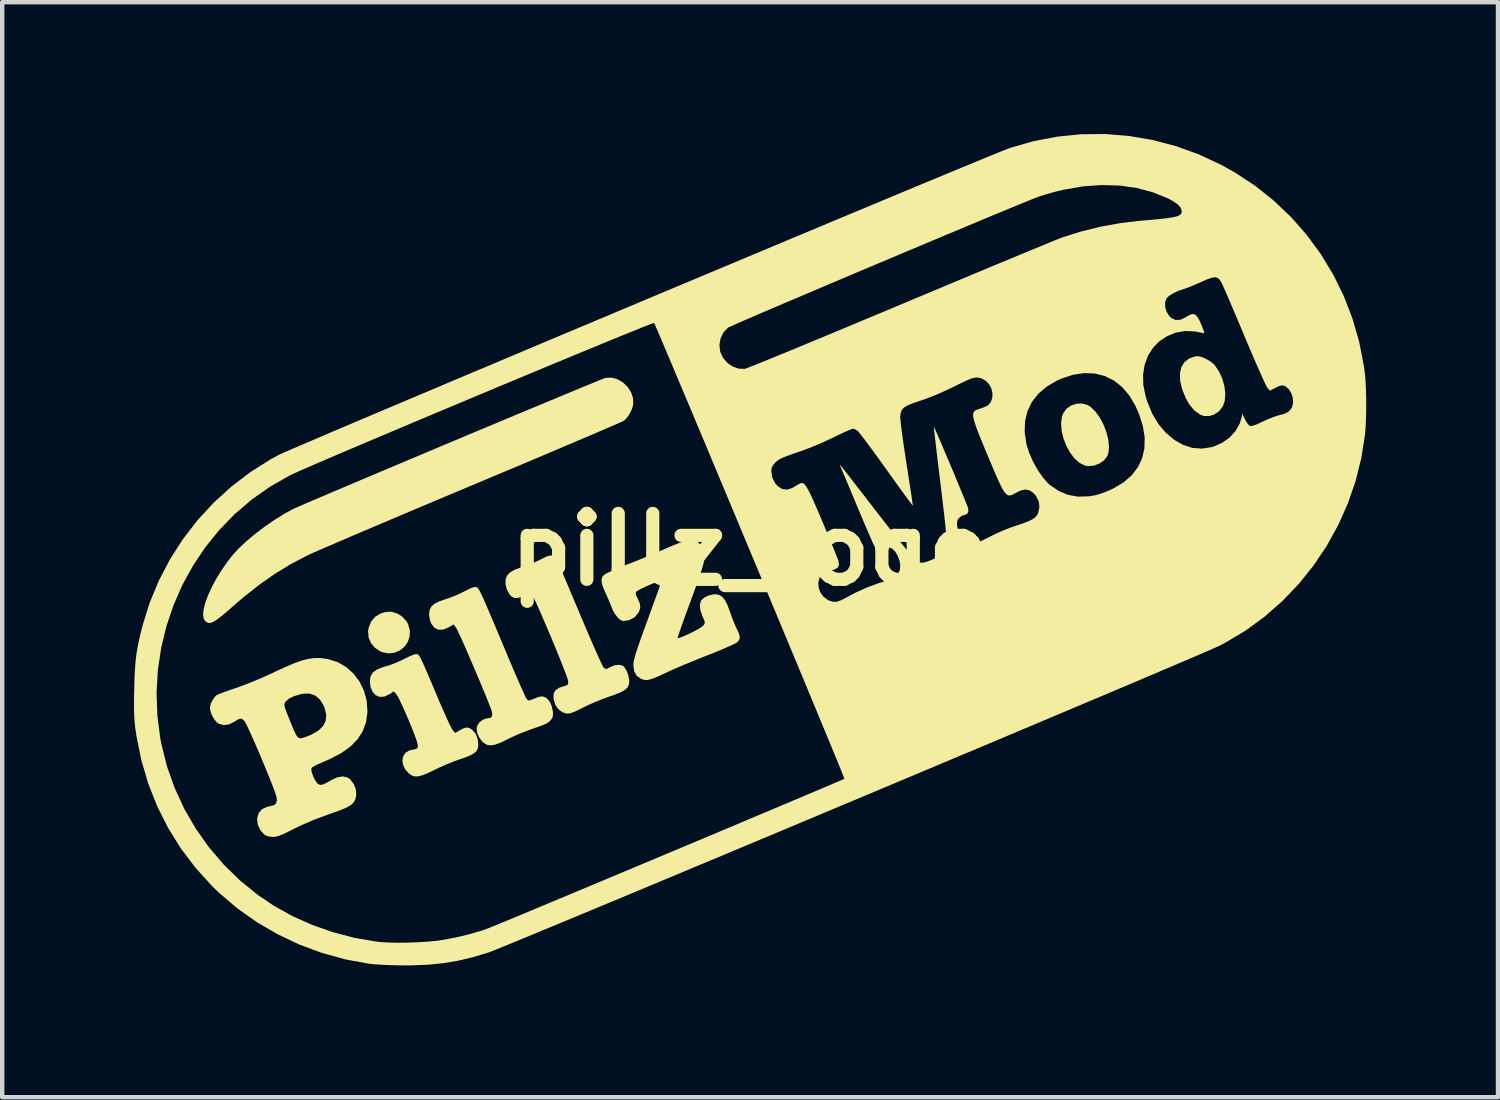
<source format=kicad_pcb>
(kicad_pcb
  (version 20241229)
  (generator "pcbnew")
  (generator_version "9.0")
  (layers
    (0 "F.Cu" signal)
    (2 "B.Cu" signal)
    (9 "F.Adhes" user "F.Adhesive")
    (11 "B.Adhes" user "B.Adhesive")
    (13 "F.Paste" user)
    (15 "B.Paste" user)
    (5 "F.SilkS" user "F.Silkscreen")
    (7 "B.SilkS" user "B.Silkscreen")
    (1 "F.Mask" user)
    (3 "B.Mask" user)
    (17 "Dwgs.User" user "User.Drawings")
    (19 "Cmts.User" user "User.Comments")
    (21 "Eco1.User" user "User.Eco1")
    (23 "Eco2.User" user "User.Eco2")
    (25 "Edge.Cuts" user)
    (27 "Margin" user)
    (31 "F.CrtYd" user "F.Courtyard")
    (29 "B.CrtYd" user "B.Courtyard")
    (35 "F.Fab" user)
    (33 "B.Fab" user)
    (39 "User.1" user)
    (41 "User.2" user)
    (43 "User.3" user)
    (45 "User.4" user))
  (footprint "pillz_logo"
    (layer "F.Cu")
    (at 14.02 9.456)
    (property "Reference" "pillz_logo" (at 0 0 0) (layer "F.SilkS") (effects (font (size 1.5 1.5) (thickness 0.3))))
    (attr board_only exclude_from_pos_files exclude_from_bom)
    (fp_poly (pts (xy -8.033 1.454) (xy -7.914 1.528) (xy -7.819 1.633) (xy -7.782 1.7) (xy -7.742 1.844) (xy -7.748 1.981) (xy -7.791 2.106) (xy -7.867 2.214) (xy -7.969 2.296) (xy -8.091 2.348) (xy -8.226 2.364) (xy -8.369 2.337) (xy -8.413 2.319) (xy -8.538 2.237) (xy -8.63 2.126) (xy -8.683 1.995) (xy -8.693 1.854) (xy -8.681 1.784) (xy -8.623 1.639) (xy -8.533 1.531) (xy -8.406 1.456) (xy -8.297 1.422) (xy -8.165 1.416)) (stroke (width 0) (type solid)) (fill yes) (layer "F.SilkS"))
    (fp_poly (pts (xy 7.681 -3.289) (xy 7.747 -3.249) (xy 7.86 -3.14) (xy 7.96 -3.001) (xy 8.045 -2.841) (xy 8.11 -2.671) (xy 8.153 -2.5) (xy 8.169 -2.34) (xy 8.156 -2.2) (xy 8.131 -2.128) (xy 8.06 -2.033) (xy 7.955 -1.958) (xy 7.831 -1.911) (xy 7.703 -1.897) (xy 7.62 -1.91) (xy 7.497 -1.972) (xy 7.382 -2.075) (xy 7.28 -2.209) (xy 7.195 -2.366) (xy 7.13 -2.536) (xy 7.09 -2.709) (xy 7.079 -2.876) (xy 7.1 -3.028) (xy 7.124 -3.095) (xy 7.198 -3.201) (xy 7.303 -3.276) (xy 7.426 -3.318) (xy 7.556 -3.323)) (stroke (width 0) (type solid)) (fill yes) (layer "F.SilkS"))
    (fp_poly (pts (xy 10.265 -4.386) (xy 10.367 -4.344) (xy 10.47 -4.285) (xy 10.553 -4.218) (xy 10.574 -4.197) (xy 10.673 -4.052) (xy 10.748 -3.887) (xy 10.796 -3.714) (xy 10.816 -3.544) (xy 10.804 -3.387) (xy 10.76 -3.259) (xy 10.678 -3.151) (xy 10.571 -3.076) (xy 10.451 -3.037) (xy 10.328 -3.039) (xy 10.244 -3.069) (xy 10.107 -3.168) (xy 9.988 -3.314) (xy 9.914 -3.449) (xy 9.832 -3.652) (xy 9.789 -3.838) (xy 9.783 -4.004) (xy 9.814 -4.146) (xy 9.882 -4.26) (xy 9.986 -4.342) (xy 10.009 -4.353) (xy 10.089 -4.383) (xy 10.161 -4.401) (xy 10.18 -4.402)) (stroke (width 0) (type solid)) (fill yes) (layer "F.SilkS"))
    (fp_poly (pts (xy -7.582 2.38) (xy -7.565 2.387) (xy -7.548 2.398) (xy -7.53 2.418) (xy -7.509 2.452) (xy -7.482 2.504) (xy -7.447 2.578) (xy -7.402 2.679) (xy -7.344 2.812) (xy -7.273 2.98) (xy -7.185 3.188) (xy -7.137 3.303) (xy -7.057 3.49) (xy -6.982 3.663) (xy -6.913 3.817) (xy -6.853 3.946) (xy -6.806 4.043) (xy -6.774 4.102) (xy -6.765 4.116) (xy -6.71 4.174) (xy -6.602 4.11) (xy -6.507 4.063) (xy -6.434 4.05) (xy -6.368 4.072) (xy -6.325 4.102) (xy -6.243 4.197) (xy -6.196 4.325) (xy -6.185 4.437) (xy -6.193 4.516) (xy -6.221 4.58) (xy -6.276 4.634) (xy -6.363 4.684) (xy -6.491 4.736) (xy -6.599 4.772) (xy -6.74 4.822) (xy -6.903 4.888) (xy -7.066 4.96) (xy -7.181 5.015) (xy -7.339 5.091) (xy -7.462 5.14) (xy -7.559 5.164) (xy -7.636 5.164) (xy -7.704 5.14) (xy -7.764 5.098) (xy -7.848 5.004) (xy -7.897 4.901) (xy -7.912 4.796) (xy -7.893 4.701) (xy -7.841 4.624) (xy -7.757 4.575) (xy -7.73 4.568) (xy -7.638 4.549) (xy -7.586 4.531) (xy -7.564 4.506) (xy -7.561 4.466) (xy -7.566 4.432) (xy -7.581 4.373) (xy -7.613 4.279) (xy -7.658 4.159) (xy -7.714 4.02) (xy -7.775 3.872) (xy -7.839 3.724) (xy -7.901 3.584) (xy -7.958 3.462) (xy -8.006 3.365) (xy -8.042 3.303) (xy -8.053 3.288) (xy -8.111 3.229) (xy -8.208 3.294) (xy -8.321 3.347) (xy -8.426 3.354) (xy -8.517 3.317) (xy -8.59 3.241) (xy -8.637 3.13) (xy -8.653 2.99) (xy -8.635 2.88) (xy -8.578 2.792) (xy -8.478 2.723) (xy -8.333 2.669) (xy -8.292 2.659) (xy -8.185 2.626) (xy -8.056 2.576) (xy -7.925 2.517) (xy -7.868 2.489) (xy -7.739 2.426) (xy -7.644 2.389) (xy -7.587 2.379)) (stroke (width 0) (type solid)) (fill yes) (layer "F.SilkS"))
    (fp_poly (pts (xy -6.233 0.853) (xy -6.218 0.859) (xy -6.203 0.87) (xy -6.187 0.889) (xy -6.166 0.919) (xy -6.141 0.965) (xy -6.11 1.029) (xy -6.07 1.116) (xy -6.02 1.229) (xy -5.959 1.371) (xy -5.884 1.547) (xy -5.795 1.758) (xy -5.689 2.01) (xy -5.573 2.287) (xy -5.481 2.507) (xy -5.393 2.713) (xy -5.312 2.902) (xy -5.24 3.067) (xy -5.179 3.204) (xy -5.132 3.308) (xy -5.1 3.373) (xy -5.088 3.394) (xy -5.068 3.419) (xy -5.05 3.433) (xy -5.023 3.434) (xy -4.978 3.421) (xy -4.905 3.392) (xy -4.809 3.354) (xy -4.721 3.342) (xy -4.639 3.375) (xy -4.569 3.448) (xy -4.517 3.555) (xy -4.488 3.683) (xy -4.483 3.764) (xy -4.495 3.821) (xy -4.531 3.875) (xy -4.541 3.887) (xy -4.579 3.924) (xy -4.632 3.958) (xy -4.708 3.994) (xy -4.817 4.034) (xy -4.932 4.073) (xy -5.085 4.128) (xy -5.251 4.194) (xy -5.408 4.264) (xy -5.516 4.317) (xy -5.674 4.394) (xy -5.799 4.441) (xy -5.9 4.458) (xy -5.983 4.446) (xy -6.056 4.405) (xy -6.096 4.37) (xy -6.165 4.277) (xy -6.21 4.172) (xy -6.223 4.071) (xy -6.212 4.014) (xy -6.162 3.938) (xy -6.085 3.876) (xy -6.001 3.845) (xy -5.981 3.843) (xy -5.906 3.83) (xy -5.87 3.787) (xy -5.871 3.712) (xy -5.887 3.654) (xy -5.916 3.575) (xy -5.961 3.461) (xy -6.018 3.32) (xy -6.085 3.158) (xy -6.159 2.981) (xy -6.237 2.795) (xy -6.318 2.607) (xy -6.396 2.425) (xy -6.471 2.253) (xy -6.539 2.098) (xy -6.598 1.968) (xy -6.645 1.868) (xy -6.676 1.805) (xy -6.686 1.788) (xy -6.747 1.705) (xy -6.856 1.769) (xy -6.98 1.822) (xy -7.088 1.827) (xy -7.178 1.785) (xy -7.25 1.696) (xy -7.263 1.67) (xy -7.29 1.587) (xy -7.304 1.49) (xy -7.304 1.469) (xy -7.292 1.373) (xy -7.252 1.296) (xy -7.178 1.232) (xy -7.063 1.176) (xy -6.934 1.132) (xy -6.798 1.085) (xy -6.648 1.023) (xy -6.514 0.959) (xy -6.497 0.95) (xy -6.378 0.89) (xy -6.295 0.858) (xy -6.241 0.851)) (stroke (width 0) (type solid)) (fill yes) (layer "F.SilkS"))
    (fp_poly (pts (xy -4.477 0.142) (xy -4.427 0.182) (xy -4.395 0.235) (xy -4.378 0.275) (xy -4.343 0.356) (xy -4.292 0.475) (xy -4.228 0.626) (xy -4.152 0.804) (xy -4.068 1.005) (xy -3.976 1.223) (xy -3.879 1.454) (xy -3.869 1.476) (xy -3.772 1.707) (xy -3.679 1.924) (xy -3.593 2.123) (xy -3.516 2.299) (xy -3.449 2.448) (xy -3.395 2.565) (xy -3.357 2.644) (xy -3.335 2.682) (xy -3.334 2.684) (xy -3.301 2.713) (xy -3.272 2.719) (xy -3.228 2.701) (xy -3.185 2.677) (xy -3.08 2.635) (xy -2.98 2.623) (xy -2.899 2.643) (xy -2.868 2.667) (xy -2.81 2.758) (xy -2.767 2.874) (xy -2.749 2.991) (xy -2.749 3) (xy -2.758 3.076) (xy -2.789 3.14) (xy -2.849 3.196) (xy -2.943 3.249) (xy -3.077 3.303) (xy -3.196 3.344) (xy -3.349 3.399) (xy -3.521 3.469) (xy -3.689 3.543) (xy -3.791 3.592) (xy -3.924 3.659) (xy -4.023 3.703) (xy -4.097 3.728) (xy -4.155 3.735) (xy -4.207 3.727) (xy -4.264 3.705) (xy -4.266 3.705) (xy -4.361 3.637) (xy -4.432 3.535) (xy -4.471 3.409) (xy -4.473 3.388) (xy -4.469 3.28) (xy -4.429 3.202) (xy -4.347 3.147) (xy -4.262 3.118) (xy -4.188 3.097) (xy -4.151 3.075) (xy -4.139 3.04) (xy -4.139 3) (xy -4.149 2.957) (xy -4.177 2.874) (xy -4.221 2.757) (xy -4.277 2.613) (xy -4.343 2.448) (xy -4.416 2.268) (xy -4.494 2.079) (xy -4.574 1.889) (xy -4.653 1.703) (xy -4.729 1.528) (xy -4.798 1.369) (xy -4.859 1.234) (xy -4.909 1.129) (xy -4.945 1.059) (xy -4.961 1.034) (xy -4.99 1.009) (xy -5.018 1.002) (xy -5.061 1.014) (xy -5.132 1.047) (xy -5.148 1.054) (xy -5.264 1.099) (xy -5.354 1.105) (xy -5.428 1.07) (xy -5.472 1.024) (xy -5.533 0.916) (xy -5.565 0.791) (xy -5.563 0.678) (xy -5.532 0.595) (xy -5.466 0.525) (xy -5.362 0.463) (xy -5.214 0.406) (xy -5.173 0.393) (xy -5.041 0.348) (xy -4.898 0.289) (xy -4.773 0.23) (xy -4.759 0.222) (xy -4.636 0.162) (xy -4.544 0.135)) (stroke (width 0) (type solid)) (fill yes) (layer "F.SilkS"))
    (fp_poly (pts (xy -3.014 -3.874) (xy -2.89 -3.801) (xy -2.785 -3.699) (xy -2.707 -3.577) (xy -2.662 -3.441) (xy -2.66 -3.299) (xy -2.662 -3.288) (xy -2.696 -3.177) (xy -2.754 -3.064) (xy -2.826 -2.971) (xy -2.87 -2.932) (xy -2.901 -2.916) (xy -2.977 -2.882) (xy -3.094 -2.831) (xy -3.25 -2.763) (xy -3.442 -2.681) (xy -3.668 -2.584) (xy -3.925 -2.475) (xy -4.21 -2.354) (xy -4.52 -2.222) (xy -4.854 -2.081) (xy -5.207 -1.932) (xy -5.578 -1.776) (xy -5.964 -1.614) (xy -6.35 -1.452) (xy -6.753 -1.283) (xy -7.147 -1.117) (xy -7.529 -0.956) (xy -7.896 -0.801) (xy -8.245 -0.653) (xy -8.573 -0.514) (xy -8.878 -0.384) (xy -9.156 -0.266) (xy -9.404 -0.159) (xy -9.62 -0.066) (xy -9.8 0.012) (xy -9.941 0.074) (xy -10.041 0.118) (xy -10.091 0.142) (xy -10.464 0.339) (xy -10.82 0.557) (xy -11.17 0.802) (xy -11.523 1.081) (xy -11.745 1.272) (xy -11.902 1.409) (xy -12.027 1.514) (xy -12.125 1.59) (xy -12.202 1.64) (xy -12.262 1.666) (xy -12.311 1.673) (xy -12.353 1.662) (xy -12.388 1.641) (xy -12.433 1.579) (xy -12.448 1.483) (xy -12.435 1.357) (xy -12.396 1.206) (xy -12.333 1.036) (xy -12.248 0.852) (xy -12.143 0.657) (xy -12.02 0.459) (xy -11.881 0.261) (xy -11.792 0.146) (xy -11.652 -0.01) (xy -11.474 -0.178) (xy -11.269 -0.351) (xy -11.046 -0.52) (xy -10.814 -0.68) (xy -10.585 -0.821) (xy -10.407 -0.918) (xy -10.357 -0.941) (xy -10.265 -0.981) (xy -10.133 -1.039) (xy -9.965 -1.111) (xy -9.764 -1.197) (xy -9.534 -1.295) (xy -9.276 -1.404) (xy -8.995 -1.523) (xy -8.694 -1.651) (xy -8.375 -1.785) (xy -8.043 -1.925) (xy -7.699 -2.07) (xy -7.348 -2.218) (xy -6.993 -2.367) (xy -6.636 -2.517) (xy -6.282 -2.666) (xy -5.932 -2.812) (xy -5.591 -2.955) (xy -5.261 -3.093) (xy -4.945 -3.224) (xy -4.648 -3.348) (xy -4.371 -3.463) (xy -4.119 -3.568) (xy -3.894 -3.661) (xy -3.7 -3.741) (xy -3.539 -3.807) (xy -3.415 -3.857) (xy -3.331 -3.89) (xy -3.291 -3.905) (xy -3.288 -3.906) (xy -3.149 -3.912)) (stroke (width 0) (type solid)) (fill yes) (layer "F.SilkS"))
    (fp_poly (pts (xy -1.269 -0.21) (xy -1.167 -0.152) (xy -1.088 -0.051) (xy -1.08 -0.035) (xy -1.056 0.018) (xy -1.041 0.071) (xy -1.034 0.129) (xy -1.037 0.198) (xy -1.051 0.282) (xy -1.078 0.387) (xy -1.119 0.518) (xy -1.174 0.681) (xy -1.245 0.879) (xy -1.333 1.119) (xy -1.346 1.156) (xy -1.418 1.351) (xy -1.484 1.531) (xy -1.541 1.691) (xy -1.588 1.825) (xy -1.623 1.926) (xy -1.644 1.991) (xy -1.649 2.012) (xy -1.623 2.014) (xy -1.564 1.995) (xy -1.481 1.961) (xy -1.385 1.917) (xy -1.285 1.867) (xy -1.193 1.818) (xy -1.118 1.773) (xy -1.071 1.737) (xy -1.064 1.729) (xy -1.038 1.691) (xy -1.03 1.658) (xy -1.041 1.615) (xy -1.072 1.544) (xy -1.08 1.526) (xy -1.13 1.386) (xy -1.143 1.265) (xy -1.118 1.17) (xy -1.108 1.154) (xy -1.038 1.091) (xy -0.936 1.043) (xy -0.822 1.019) (xy -0.793 1.018) (xy -0.708 1.031) (xy -0.636 1.073) (xy -0.572 1.149) (xy -0.513 1.266) (xy -0.457 1.419) (xy -0.413 1.543) (xy -0.364 1.665) (xy -0.32 1.768) (xy -0.302 1.804) (xy -0.251 1.913) (xy -0.233 1.993) (xy -0.246 2.055) (xy -0.289 2.109) (xy -0.329 2.134) (xy -0.409 2.173) (xy -0.523 2.224) (xy -0.662 2.284) (xy -0.821 2.349) (xy -0.959 2.403) (xy -1.15 2.479) (xy -1.349 2.56) (xy -1.543 2.641) (xy -1.72 2.717) (xy -1.867 2.783) (xy -1.925 2.81) (xy -2.076 2.88) (xy -2.191 2.929) (xy -2.278 2.958) (xy -2.346 2.971) (xy -2.403 2.968) (xy -2.458 2.952) (xy -2.483 2.942) (xy -2.577 2.876) (xy -2.635 2.777) (xy -2.656 2.643) (xy -2.656 2.621) (xy -2.652 2.575) (xy -2.641 2.515) (xy -2.622 2.438) (xy -2.592 2.339) (xy -2.55 2.212) (xy -2.495 2.053) (xy -2.424 1.856) (xy -2.337 1.618) (xy -2.332 1.603) (xy -2.259 1.403) (xy -2.192 1.218) (xy -2.132 1.053) (xy -2.082 0.914) (xy -2.044 0.807) (xy -2.02 0.736) (xy -2.011 0.707) (xy -2.011 0.707) (xy -2.032 0.707) (xy -2.088 0.725) (xy -2.169 0.756) (xy -2.265 0.795) (xy -2.364 0.839) (xy -2.456 0.882) (xy -2.531 0.921) (xy -2.579 0.95) (xy -2.588 0.958) (xy -2.602 0.992) (xy -2.594 1.039) (xy -2.559 1.112) (xy -2.557 1.117) (xy -2.509 1.228) (xy -2.498 1.32) (xy -2.524 1.408) (xy -2.544 1.443) (xy -2.631 1.545) (xy -2.746 1.605) (xy -2.823 1.622) (xy -2.891 1.626) (xy -2.941 1.61) (xy -2.996 1.564) (xy -3.011 1.549) (xy -3.072 1.472) (xy -3.126 1.375) (xy -3.142 1.336) (xy -3.174 1.253) (xy -3.22 1.144) (xy -3.271 1.028) (xy -3.286 0.997) (xy -3.345 0.859) (xy -3.376 0.755) (xy -3.38 0.677) (xy -3.357 0.616) (xy -3.324 0.578) (xy -3.281 0.551) (xy -3.199 0.511) (xy -3.087 0.46) (xy -2.954 0.404) (xy -2.808 0.346) (xy -2.623 0.273) (xy -2.414 0.188) (xy -2.202 0.1) (xy -2.007 0.017) (xy -1.922 -0.02) (xy -1.778 -0.082) (xy -1.642 -0.137) (xy -1.525 -0.181) (xy -1.436 -0.21) (xy -1.388 -0.222)) (stroke (width 0) (type solid)) (fill yes) (layer "F.SilkS"))
    (fp_poly (pts (xy -9.662 2.484) (xy -9.59 2.497) (xy -9.376 2.568) (xy -9.185 2.68) (xy -9.021 2.828) (xy -8.887 3.007) (xy -8.787 3.212) (xy -8.726 3.436) (xy -8.708 3.674) (xy -8.709 3.713) (xy -8.741 3.936) (xy -8.816 4.139) (xy -8.935 4.322) (xy -9.099 4.488) (xy -9.31 4.637) (xy -9.568 4.771) (xy -9.691 4.824) (xy -9.8 4.871) (xy -9.892 4.915) (xy -9.957 4.951) (xy -9.981 4.972) (xy -9.985 5.02) (xy -9.967 5.095) (xy -9.934 5.181) (xy -9.893 5.261) (xy -9.848 5.32) (xy -9.842 5.326) (xy -9.803 5.352) (xy -9.758 5.357) (xy -9.698 5.339) (xy -9.612 5.295) (xy -9.541 5.253) (xy -9.398 5.186) (xy -9.272 5.164) (xy -9.163 5.188) (xy -9.101 5.23) (xy -9.018 5.338) (xy -8.97 5.465) (xy -8.962 5.597) (xy -8.983 5.684) (xy -9.011 5.74) (xy -9.054 5.79) (xy -9.118 5.837) (xy -9.209 5.884) (xy -9.335 5.936) (xy -9.5 5.996) (xy -9.581 6.023) (xy -9.92 6.148) (xy -10.241 6.288) (xy -10.377 6.355) (xy -10.522 6.428) (xy -10.631 6.48) (xy -10.714 6.513) (xy -10.779 6.532) (xy -10.835 6.54) (xy -10.864 6.541) (xy -10.974 6.528) (xy -11.055 6.488) (xy -11.056 6.488) (xy -11.146 6.387) (xy -11.202 6.263) (xy -11.218 6.13) (xy -11.216 6.111) (xy -11.181 5.994) (xy -11.105 5.908) (xy -10.992 5.855) (xy -10.937 5.843) (xy -10.84 5.82) (xy -10.787 5.779) (xy -10.769 5.713) (xy -10.774 5.643) (xy -10.788 5.591) (xy -10.82 5.5) (xy -10.866 5.377) (xy -10.924 5.23) (xy -10.991 5.064) (xy -11.064 4.888) (xy -11.139 4.707) (xy -11.215 4.529) (xy -11.289 4.361) (xy -11.356 4.209) (xy -11.416 4.08) (xy -11.463 3.98) (xy -11.497 3.918) (xy -11.509 3.902) (xy -11.554 3.86) (xy -11.595 3.848) (xy -11.647 3.864) (xy -11.723 3.911) (xy -11.735 3.919) (xy -11.858 3.98) (xy -11.978 3.996) (xy -12.086 3.967) (xy -12.127 3.941) (xy -12.197 3.862) (xy -12.254 3.756) (xy -12.288 3.646) (xy -12.292 3.601) (xy -12.278 3.53) (xy -10.598 3.53) (xy -10.593 3.57) (xy -10.575 3.631) (xy -10.542 3.719) (xy -10.492 3.846) (xy -10.486 3.861) (xy -10.422 4.017) (xy -10.373 4.132) (xy -10.334 4.212) (xy -10.302 4.262) (xy -10.272 4.287) (xy -10.241 4.296) (xy -10.204 4.292) (xy -10.199 4.291) (xy -10.132 4.271) (xy -10.042 4.238) (xy -9.978 4.21) (xy -9.823 4.12) (xy -9.715 4.015) (xy -9.656 3.894) (xy -9.646 3.757) (xy -9.683 3.604) (xy -9.707 3.548) (xy -9.791 3.412) (xy -9.897 3.323) (xy -10.024 3.279) (xy -10.172 3.282) (xy -10.241 3.296) (xy -10.389 3.342) (xy -10.494 3.394) (xy -10.563 3.454) (xy -10.577 3.473) (xy -10.592 3.501) (xy -10.598 3.53) (xy -12.278 3.53) (xy -12.276 3.52) (xy -12.233 3.428) (xy -12.176 3.348) (xy -12.143 3.316) (xy -12.106 3.298) (xy -12.029 3.267) (xy -11.922 3.228) (xy -11.795 3.183) (xy -11.707 3.154) (xy -11.522 3.087) (xy -11.308 3.003) (xy -11.083 2.907) (xy -10.862 2.807) (xy -10.817 2.785) (xy -10.581 2.676) (xy -10.382 2.591) (xy -10.211 2.53) (xy -10.061 2.49) (xy -9.924 2.471) (xy -9.794 2.469)) (stroke (width 0) (type solid)) (fill yes) (layer "F.SilkS"))
    (fp_poly (pts (xy 8.623 -9.412) (xy 9.161 -9.32) (xy 9.691 -9.181) (xy 10.211 -8.993) (xy 10.716 -8.758) (xy 11.033 -8.581) (xy 11.494 -8.279) (xy 11.922 -7.938) (xy 12.316 -7.562) (xy 12.674 -7.154) (xy 12.994 -6.716) (xy 13.275 -6.252) (xy 13.515 -5.763) (xy 13.711 -5.253) (xy 13.863 -4.725) (xy 13.969 -4.181) (xy 13.998 -3.958) (xy 14.01 -3.806) (xy 14.018 -3.619) (xy 14.022 -3.409) (xy 14.022 -3.191) (xy 14.018 -2.979) (xy 14.009 -2.788) (xy 13.997 -2.631) (xy 13.997 -2.627) (xy 13.913 -2.089) (xy 13.782 -1.562) (xy 13.606 -1.051) (xy 13.387 -0.559) (xy 13.127 -0.087) (xy 12.827 0.36) (xy 12.492 0.779) (xy 12.121 1.167) (xy 11.718 1.522) (xy 11.285 1.84) (xy 10.823 2.117) (xy 10.696 2.184) (xy 10.645 2.208) (xy 10.548 2.251) (xy 10.409 2.311) (xy 10.229 2.389) (xy 10.012 2.482) (xy 9.757 2.591) (xy 9.469 2.714) (xy 9.148 2.85) (xy 8.798 2.999) (xy 8.42 3.159) (xy 8.016 3.33) (xy 7.588 3.51) (xy 7.139 3.7) (xy 6.67 3.897) (xy 6.185 4.102) (xy 5.684 4.313) (xy 5.169 4.53) (xy 4.644 4.75) (xy 4.11 4.975) (xy 3.57 5.202) (xy 3.024 5.431) (xy 2.476 5.661) (xy 1.928 5.891) (xy 1.381 6.12) (xy 0.839 6.348) (xy 0.302 6.573) (xy -0.227 6.794) (xy -0.746 7.012) (xy -1.253 7.223) (xy -1.745 7.429) (xy -2.221 7.628) (xy -2.678 7.819) (xy -3.115 8.001) (xy -3.529 8.173) (xy -3.918 8.335) (xy -4.28 8.485) (xy -4.613 8.623) (xy -4.915 8.748) (xy -5.183 8.859) (xy -5.416 8.955) (xy -5.612 9.035) (xy -5.767 9.098) (xy -5.882 9.144) (xy -5.952 9.171) (xy -5.968 9.176) (xy -6.318 9.281) (xy -6.651 9.36) (xy -6.983 9.415) (xy -7.327 9.449) (xy -7.699 9.464) (xy -7.897 9.465) (xy -8.075 9.462) (xy -8.255 9.457) (xy -8.423 9.448) (xy -8.567 9.438) (xy -8.666 9.428) (xy -9.207 9.329) (xy -9.738 9.183) (xy -10.254 8.992) (xy -10.75 8.757) (xy -11.224 8.481) (xy -11.67 8.166) (xy -12.084 7.814) (xy -12.242 7.661) (xy -12.618 7.247) (xy -12.953 6.805) (xy -13.244 6.336) (xy -13.493 5.842) (xy -13.697 5.325) (xy -13.855 4.788) (xy -13.967 4.231) (xy -13.99 4.072) (xy -14.004 3.948) (xy -14.013 3.815) (xy -14.019 3.664) (xy -14.02 3.486) (xy -14.017 3.271) (xy -14.017 3.253) (xy -13.507 3.253) (xy -13.489 3.769) (xy -13.424 4.287) (xy -13.398 4.423) (xy -13.271 4.932) (xy -13.096 5.425) (xy -12.877 5.9) (xy -12.615 6.352) (xy -12.313 6.778) (xy -11.973 7.176) (xy -11.598 7.541) (xy -11.19 7.87) (xy -10.838 8.107) (xy -10.419 8.341) (xy -9.968 8.542) (xy -9.496 8.708) (xy -9.015 8.835) (xy -8.535 8.919) (xy -8.437 8.931) (xy -8.261 8.943) (xy -8.049 8.949) (xy -7.816 8.947) (xy -7.576 8.939) (xy -7.344 8.925) (xy -7.135 8.905) (xy -6.986 8.884) (xy -6.674 8.824) (xy -6.372 8.751) (xy -6.098 8.67) (xy -5.984 8.63) (xy -5.938 8.612) (xy -5.848 8.575) (xy -5.719 8.522) (xy -5.553 8.454) (xy -5.353 8.371) (xy -5.122 8.275) (xy -4.864 8.167) (xy -4.58 8.048) (xy -4.274 7.921) (xy -3.949 7.785) (xy -3.607 7.642) (xy -3.252 7.493) (xy -2.887 7.34) (xy -2.514 7.184) (xy -2.136 7.025) (xy -1.757 6.866) (xy -1.38 6.708) (xy -1.006 6.551) (xy -0.64 6.397) (xy -0.283 6.247) (xy 0.06 6.102) (xy 0.388 5.964) (xy 0.697 5.834) (xy 0.983 5.713) (xy 1.246 5.602) (xy 1.48 5.503) (xy 1.684 5.417) (xy 1.855 5.344) (xy 1.989 5.287) (xy 2.084 5.246) (xy 2.136 5.223) (xy 2.146 5.218) (xy 2.138 5.193) (xy 2.111 5.125) (xy 2.067 5.014) (xy 2.006 4.865) (xy 1.929 4.678) (xy 1.839 4.458) (xy 1.735 4.207) (xy 1.619 3.926) (xy 1.492 3.619) (xy 1.355 3.289) (xy 1.209 2.937) (xy 1.055 2.567) (xy 0.894 2.181) (xy 0.728 1.782) (xy 0.557 1.372) (xy 0.383 0.953) (xy 0.206 0.529) (xy 0.028 0.103) (xy -0.151 -0.325) (xy -0.328 -0.75) (xy -0.504 -1.171) (xy -0.677 -1.584) (xy -0.761 -1.784) (xy 0.484 -1.784) (xy 0.507 -1.633) (xy 0.577 -1.501) (xy 0.634 -1.439) (xy 0.733 -1.376) (xy 0.842 -1.363) (xy 0.96 -1.4) (xy 1.008 -1.428) (xy 1.078 -1.471) (xy 1.136 -1.502) (xy 1.151 -1.509) (xy 1.182 -1.514) (xy 1.213 -1.505) (xy 1.246 -1.477) (xy 1.284 -1.426) (xy 1.329 -1.348) (xy 1.383 -1.24) (xy 1.448 -1.098) (xy 1.527 -0.917) (xy 1.622 -0.694) (xy 1.657 -0.611) (xy 1.737 -0.418) (xy 1.811 -0.239) (xy 1.878 -0.077) (xy 1.934 0.059) (xy 1.976 0.166) (xy 2.003 0.235) (xy 2.012 0.26) (xy 2.024 0.351) (xy 1.996 0.413) (xy 1.923 0.454) (xy 1.9 0.461) (xy 1.814 0.486) (xy 1.736 0.511) (xy 1.723 0.515) (xy 1.633 0.572) (xy 1.577 0.656) (xy 1.553 0.757) (xy 1.561 0.866) (xy 1.599 0.974) (xy 1.667 1.07) (xy 1.764 1.145) (xy 1.794 1.16) (xy 1.889 1.19) (xy 1.98 1.187) (xy 2.084 1.149) (xy 2.141 1.119) (xy 2.416 0.974) (xy 2.679 0.856) (xy 2.92 0.768) (xy 2.987 0.748) (xy 3.146 0.698) (xy 3.261 0.647) (xy 3.339 0.588) (xy 3.389 0.517) (xy 3.41 0.46) (xy 3.419 0.359) (xy 3.4 0.249) (xy 3.36 0.142) (xy 3.303 0.049) (xy 3.236 -0.019) (xy 3.165 -0.049) (xy 3.152 -0.05) (xy 3.084 -0.037) (xy 3.029 -0.013) (xy 2.953 0.02) (xy 2.897 0.01) (xy 2.848 -0.044) (xy 2.833 -0.07) (xy 2.811 -0.115) (xy 2.772 -0.201) (xy 2.719 -0.323) (xy 2.654 -0.473) (xy 2.58 -0.646) (xy 2.499 -0.837) (xy 2.418 -1.031) (xy 2.335 -1.228) (xy 2.259 -1.412) (xy 2.19 -1.575) (xy 2.132 -1.713) (xy 2.087 -1.82) (xy 2.057 -1.891) (xy 2.044 -1.921) (xy 2.044 -1.922) (xy 2.041 -1.929) (xy 2.042 -1.931) (xy 2.051 -1.922) (xy 2.068 -1.902) (xy 2.098 -1.866) (xy 2.141 -1.811) (xy 2.2 -1.736) (xy 2.278 -1.636) (xy 2.376 -1.509) (xy 2.498 -1.352) (xy 2.646 -1.162) (xy 2.821 -0.935) (xy 2.906 -0.825) (xy 3.068 -0.617) (xy 3.221 -0.421) (xy 3.363 -0.243) (xy 3.489 -0.086) (xy 3.598 0.046) (xy 3.685 0.151) (xy 3.748 0.223) (xy 3.784 0.258) (xy 3.788 0.261) (xy 3.843 0.289) (xy 3.897 0.301) (xy 3.958 0.295) (xy 4.041 0.271) (xy 4.155 0.226) (xy 4.185 0.213) (xy 4.311 0.156) (xy 4.395 0.101) (xy 4.446 0.038) (xy 4.472 -0.043) (xy 4.479 -0.151) (xy 4.479 -0.171) (xy 4.476 -0.225) (xy 4.467 -0.325) (xy 4.453 -0.464) (xy 4.435 -0.636) (xy 4.412 -0.836) (xy 4.386 -1.059) (xy 4.358 -1.298) (xy 4.328 -1.548) (xy 4.327 -1.551) (xy 4.297 -1.796) (xy 4.27 -2.024) (xy 4.245 -2.233) (xy 4.224 -2.415) (xy 4.206 -2.567) (xy 4.193 -2.684) (xy 4.186 -2.76) (xy 4.184 -2.792) (xy 4.184 -2.792) (xy 4.195 -2.772) (xy 4.223 -2.71) (xy 4.265 -2.614) (xy 4.32 -2.488) (xy 4.383 -2.34) (xy 4.453 -2.175) (xy 4.527 -2) (xy 4.603 -1.82) (xy 4.678 -1.641) (xy 4.749 -1.47) (xy 4.814 -1.313) (xy 4.871 -1.175) (xy 4.916 -1.063) (xy 4.948 -0.983) (xy 4.963 -0.941) (xy 4.963 -0.94) (xy 4.968 -0.865) (xy 4.941 -0.81) (xy 4.889 -0.789) (xy 4.837 -0.774) (xy 4.777 -0.737) (xy 4.775 -0.736) (xy 4.729 -0.687) (xy 4.711 -0.625) (xy 4.709 -0.577) (xy 4.731 -0.434) (xy 4.789 -0.308) (xy 4.878 -0.21) (xy 4.99 -0.148) (xy 5.034 -0.137) (xy 5.076 -0.133) (xy 5.121 -0.139) (xy 5.18 -0.157) (xy 5.26 -0.193) (xy 5.371 -0.248) (xy 5.446 -0.286) (xy 5.607 -0.365) (xy 5.782 -0.442) (xy 5.952 -0.508) (xy 6.058 -0.544) (xy 6.226 -0.6) (xy 6.35 -0.649) (xy 6.439 -0.695) (xy 6.501 -0.743) (xy 6.541 -0.798) (xy 6.555 -0.827) (xy 6.586 -0.964) (xy 6.57 -1.098) (xy 6.506 -1.222) (xy 6.45 -1.285) (xy 6.359 -1.347) (xy 6.264 -1.366) (xy 6.156 -1.342) (xy 6.067 -1.299) (xy 6.008 -1.266) (xy 5.958 -1.241) (xy 5.914 -1.23) (xy 5.873 -1.234) (xy 5.834 -1.257) (xy 5.792 -1.304) (xy 5.746 -1.377) (xy 5.693 -1.481) (xy 5.63 -1.617) (xy 5.554 -1.791) (xy 5.464 -2.006) (xy 5.381 -2.202) (xy 5.285 -2.434) (xy 5.208 -2.625) (xy 5.192 -2.666) (xy 6.25 -2.666) (xy 6.29 -2.401) (xy 6.292 -2.392) (xy 6.353 -2.2) (xy 6.439 -2.002) (xy 6.545 -1.812) (xy 6.662 -1.643) (xy 6.783 -1.506) (xy 6.827 -1.467) (xy 7.027 -1.332) (xy 7.236 -1.244) (xy 7.46 -1.204) (xy 7.702 -1.21) (xy 7.852 -1.234) (xy 7.955 -1.263) (xy 8.083 -1.308) (xy 8.212 -1.363) (xy 8.267 -1.389) (xy 8.498 -1.526) (xy 8.685 -1.688) (xy 8.827 -1.873) (xy 8.924 -2.079) (xy 8.975 -2.305) (xy 8.981 -2.548) (xy 8.94 -2.808) (xy 8.853 -3.083) (xy 8.768 -3.275) (xy 8.628 -3.51) (xy 8.464 -3.701) (xy 8.277 -3.848) (xy 8.069 -3.95) (xy 7.944 -3.981) (xy 8.944 -3.981) (xy 8.95 -3.746) (xy 9.001 -3.492) (xy 9.038 -3.372) (xy 9.154 -3.089) (xy 9.301 -2.846) (xy 9.458 -2.662) (xy 9.652 -2.497) (xy 9.855 -2.381) (xy 10.065 -2.313) (xy 10.281 -2.296) (xy 10.5 -2.329) (xy 10.543 -2.341) (xy 10.74 -2.426) (xy 10.91 -2.545) (xy 11.047 -2.694) (xy 11.144 -2.867) (xy 11.186 -3.001) (xy 11.204 -3.088) (xy 11.266 -2.958) (xy 11.311 -2.88) (xy 11.357 -2.826) (xy 11.38 -2.811) (xy 11.434 -2.814) (xy 11.527 -2.846) (xy 11.66 -2.908) (xy 11.666 -2.911) (xy 11.783 -2.965) (xy 11.901 -3.012) (xy 12.001 -3.046) (xy 12.039 -3.056) (xy 12.164 -3.089) (xy 12.25 -3.134) (xy 12.309 -3.196) (xy 12.333 -3.236) (xy 12.359 -3.335) (xy 12.353 -3.447) (xy 12.317 -3.558) (xy 12.259 -3.652) (xy 12.183 -3.716) (xy 12.16 -3.726) (xy 12.108 -3.735) (xy 12.05 -3.723) (xy 11.966 -3.685) (xy 11.962 -3.682) (xy 11.832 -3.615) (xy 11.776 -3.676) (xy 11.755 -3.711) (xy 11.717 -3.788) (xy 11.664 -3.903) (xy 11.598 -4.05) (xy 11.521 -4.225) (xy 11.436 -4.422) (xy 11.344 -4.637) (xy 11.25 -4.861) (xy 11.154 -5.09) (xy 11.062 -5.307) (xy 10.977 -5.508) (xy 10.901 -5.686) (xy 10.835 -5.837) (xy 10.783 -5.957) (xy 10.746 -6.039) (xy 10.727 -6.079) (xy 10.684 -6.144) (xy 10.639 -6.184) (xy 10.581 -6.197) (xy 10.505 -6.185) (xy 10.4 -6.148) (xy 10.267 -6.089) (xy 10.146 -6.035) (xy 10.029 -5.986) (xy 9.932 -5.948) (xy 9.875 -5.93) (xy 9.756 -5.89) (xy 9.641 -5.837) (xy 9.546 -5.78) (xy 9.486 -5.726) (xy 9.482 -5.721) (xy 9.447 -5.63) (xy 9.447 -5.522) (xy 9.479 -5.412) (xy 9.54 -5.314) (xy 9.583 -5.273) (xy 9.68 -5.225) (xy 9.787 -5.227) (xy 9.899 -5.276) (xy 9.904 -5.28) (xy 9.997 -5.336) (xy 10.069 -5.36) (xy 10.127 -5.348) (xy 10.18 -5.297) (xy 10.233 -5.203) (xy 10.281 -5.093) (xy 10.318 -4.998) (xy 10.334 -4.942) (xy 10.33 -4.921) (xy 10.319 -4.922) (xy 10.274 -4.934) (xy 10.197 -4.949) (xy 10.113 -4.964) (xy 9.9 -4.973) (xy 9.691 -4.936) (xy 9.494 -4.857) (xy 9.318 -4.741) (xy 9.17 -4.59) (xy 9.061 -4.418) (xy 8.98 -4.203) (xy 8.944 -3.981) (xy 7.944 -3.981) (xy 7.844 -4.006) (xy 7.604 -4.015) (xy 7.351 -3.977) (xy 7.088 -3.89) (xy 6.98 -3.841) (xy 6.747 -3.705) (xy 6.558 -3.542) (xy 6.412 -3.355) (xy 6.312 -3.145) (xy 6.258 -2.915) (xy 6.25 -2.666) (xy 5.192 -2.666) (xy 5.149 -2.778) (xy 5.109 -2.898) (xy 5.085 -2.99) (xy 5.076 -3.059) (xy 5.082 -3.108) (xy 5.101 -3.142) (xy 5.132 -3.167) (xy 5.141 -3.172) (xy 5.207 -3.198) (xy 5.291 -3.226) (xy 5.314 -3.232) (xy 5.413 -3.279) (xy 5.479 -3.355) (xy 5.513 -3.449) (xy 5.517 -3.554) (xy 5.493 -3.66) (xy 5.442 -3.758) (xy 5.366 -3.839) (xy 5.267 -3.894) (xy 5.188 -3.912) (xy 5.144 -3.914) (xy 5.099 -3.909) (xy 5.045 -3.894) (xy 4.973 -3.866) (xy 4.876 -3.822) (xy 4.746 -3.759) (xy 4.645 -3.709) (xy 4.426 -3.605) (xy 4.207 -3.51) (xy 4.003 -3.43) (xy 3.878 -3.387) (xy 3.718 -3.333) (xy 3.601 -3.287) (xy 3.519 -3.242) (xy 3.467 -3.193) (xy 3.437 -3.136) (xy 3.422 -3.065) (xy 3.419 -3.036) (xy 3.42 -2.979) (xy 3.43 -2.878) (xy 3.447 -2.737) (xy 3.47 -2.561) (xy 3.499 -2.356) (xy 3.534 -2.126) (xy 3.559 -1.96) (xy 3.593 -1.746) (xy 3.623 -1.548) (xy 3.65 -1.373) (xy 3.673 -1.225) (xy 3.689 -1.109) (xy 3.7 -1.032) (xy 3.704 -0.999) (xy 3.703 -0.998) (xy 3.688 -1.016) (xy 3.646 -1.072) (xy 3.581 -1.16) (xy 3.495 -1.277) (xy 3.393 -1.418) (xy 3.277 -1.579) (xy 3.151 -1.755) (xy 3.104 -1.82) (xy 2.972 -2.004) (xy 2.848 -2.176) (xy 2.733 -2.331) (xy 2.633 -2.466) (xy 2.551 -2.574) (xy 2.49 -2.652) (xy 2.454 -2.694) (xy 2.448 -2.699) (xy 2.39 -2.735) (xy 2.341 -2.749) (xy 2.305 -2.738) (xy 2.231 -2.708) (xy 2.129 -2.662) (xy 2.006 -2.604) (xy 1.893 -2.548) (xy 1.642 -2.432) (xy 1.375 -2.32) (xy 1.119 -2.225) (xy 1.082 -2.213) (xy 0.924 -2.159) (xy 0.807 -2.116) (xy 0.721 -2.08) (xy 0.658 -2.046) (xy 0.609 -2.011) (xy 0.579 -1.983) (xy 0.52 -1.917) (xy 0.491 -1.859) (xy 0.484 -1.788) (xy 0.484 -1.784) (xy -0.761 -1.784) (xy -0.846 -1.987) (xy -1.009 -2.378) (xy -1.167 -2.754) (xy -1.317 -3.112) (xy -1.459 -3.45) (xy -1.592 -3.765) (xy -1.714 -4.054) (xy -1.824 -4.316) (xy -1.922 -4.547) (xy -1.968 -4.656) (xy -0.697 -4.656) (xy -0.679 -4.503) (xy -0.675 -4.49) (xy -0.612 -4.358) (xy -0.514 -4.246) (xy -0.392 -4.163) (xy -0.256 -4.116) (xy -0.123 -4.111) (xy -0.089 -4.122) (xy -0.011 -4.152) (xy 0.109 -4.199) (xy 0.268 -4.263) (xy 0.463 -4.342) (xy 0.691 -4.436) (xy 0.95 -4.542) (xy 1.237 -4.661) (xy 1.549 -4.79) (xy 1.884 -4.929) (xy 2.239 -5.077) (xy 2.611 -5.233) (xy 2.998 -5.394) (xy 3.397 -5.562) (xy 3.402 -5.564) (xy 3.805 -5.733) (xy 4.198 -5.897) (xy 4.578 -6.057) (xy 4.943 -6.209) (xy 5.289 -6.354) (xy 5.614 -6.489) (xy 5.916 -6.614) (xy 6.19 -6.728) (xy 6.434 -6.829) (xy 6.646 -6.916) (xy 6.822 -6.989) (xy 6.959 -7.045) (xy 7.055 -7.083) (xy 7.105 -7.102) (xy 7.52 -7.234) (xy 7.964 -7.344) (xy 8.419 -7.427) (xy 8.865 -7.481) (xy 8.884 -7.482) (xy 9.13 -7.503) (xy 9.33 -7.522) (xy 9.488 -7.54) (xy 9.609 -7.559) (xy 9.698 -7.578) (xy 9.759 -7.6) (xy 9.797 -7.626) (xy 9.818 -7.655) (xy 9.824 -7.691) (xy 9.824 -7.696) (xy 9.805 -7.771) (xy 9.744 -7.845) (xy 9.64 -7.921) (xy 9.511 -7.991) (xy 9.168 -8.13) (xy 8.8 -8.228) (xy 8.411 -8.283) (xy 8.003 -8.295) (xy 7.582 -8.265) (xy 7.15 -8.191) (xy 6.999 -8.156) (xy 6.868 -8.121) (xy 6.73 -8.082) (xy 6.61 -8.044) (xy 6.579 -8.034) (xy 6.521 -8.013) (xy 6.422 -7.973) (xy 6.284 -7.917) (xy 6.11 -7.846) (xy 5.903 -7.761) (xy 5.668 -7.663) (xy 5.406 -7.555) (xy 5.122 -7.436) (xy 4.818 -7.309) (xy 4.497 -7.175) (xy 4.164 -7.035) (xy 3.819 -6.89) (xy 3.468 -6.743) (xy 3.114 -6.593) (xy 2.758 -6.444) (xy 2.405 -6.295) (xy 2.058 -6.148) (xy 1.72 -6.005) (xy 1.394 -5.866) (xy 1.083 -5.734) (xy 0.791 -5.61) (xy 0.52 -5.494) (xy 0.274 -5.389) (xy 0.056 -5.295) (xy -0.131 -5.215) (xy -0.283 -5.148) (xy -0.398 -5.097) (xy -0.473 -5.063) (xy -0.503 -5.048) (xy -0.605 -4.941) (xy -0.671 -4.806) (xy -0.697 -4.656) (xy -1.968 -4.656) (xy -2.006 -4.745) (xy -2.075 -4.908) (xy -2.128 -5.031) (xy -2.165 -5.115) (xy -2.183 -5.154) (xy -2.184 -5.156) (xy -2.209 -5.149) (xy -2.278 -5.124) (xy -2.388 -5.081) (xy -2.536 -5.022) (xy -2.719 -4.948) (xy -2.935 -4.86) (xy -3.18 -4.76) (xy -3.452 -4.648) (xy -3.748 -4.526) (xy -4.065 -4.395) (xy -4.4 -4.256) (xy -4.75 -4.111) (xy -5.112 -3.96) (xy -5.484 -3.805) (xy -5.862 -3.647) (xy -6.243 -3.488) (xy -6.626 -3.327) (xy -7.006 -3.168) (xy -7.381 -3.01) (xy -7.748 -2.856) (xy -8.105 -2.705) (xy -8.448 -2.56) (xy -8.774 -2.422) (xy -9.08 -2.292) (xy -9.365 -2.171) (xy -9.624 -2.06) (xy -9.855 -1.961) (xy -10.055 -1.874) (xy -10.221 -1.802) (xy -10.35 -1.744) (xy -10.44 -1.703) (xy -10.473 -1.687) (xy -10.922 -1.431) (xy -11.34 -1.137) (xy -11.727 -0.807) (xy -12.079 -0.445) (xy -12.396 -0.053) (xy -12.676 0.365) (xy -12.919 0.806) (xy -13.121 1.267) (xy -13.283 1.746) (xy -13.402 2.238) (xy -13.477 2.741) (xy -13.507 3.253) (xy -14.017 3.253) (xy -14.015 3.169) (xy -14.008 2.917) (xy -13.997 2.703) (xy -13.982 2.514) (xy -13.959 2.339) (xy -13.928 2.164) (xy -13.887 1.977) (xy -13.834 1.765) (xy -13.825 1.729) (xy -13.663 1.208) (xy -13.454 0.706) (xy -13.202 0.224) (xy -12.909 -0.234) (xy -12.576 -0.665) (xy -12.207 -1.065) (xy -11.804 -1.432) (xy -11.37 -1.763) (xy -10.907 -2.055) (xy -10.737 -2.147) (xy -10.69 -2.17) (xy -10.598 -2.211) (xy -10.464 -2.27) (xy -10.288 -2.345) (xy -10.074 -2.437) (xy -9.824 -2.544) (xy -9.539 -2.666) (xy -9.222 -2.8) (xy -8.875 -2.948) (xy -8.5 -3.107) (xy -8.099 -3.276) (xy -7.674 -3.456) (xy -7.227 -3.644) (xy -6.761 -3.841) (xy -6.278 -4.045) (xy -5.778 -4.255) (xy -5.266 -4.471) (xy -4.743 -4.692) (xy -4.21 -4.916) (xy -3.67 -5.142) (xy -3.126 -5.371) (xy -2.579 -5.601) (xy -2.031 -5.831) (xy -1.484 -6.06) (xy -0.942 -6.288) (xy -0.404 -6.513) (xy 0.125 -6.735) (xy 0.645 -6.952) (xy 1.152 -7.165) (xy 1.646 -7.371) (xy 2.123 -7.571) (xy 2.582 -7.762) (xy 3.021 -7.945) (xy 3.437 -8.119) (xy 3.828 -8.282) (xy 4.193 -8.433) (xy 4.529 -8.573) (xy 4.834 -8.699) (xy 5.106 -8.811) (xy 5.343 -8.909) (xy 5.543 -8.991) (xy 5.703 -9.056) (xy 5.822 -9.103) (xy 5.897 -9.133) (xy 5.917 -9.14) (xy 6.451 -9.293) (xy 6.991 -9.396) (xy 7.535 -9.451) (xy 8.08 -9.456)) (stroke (width 0) (type solid)) (fill yes) (layer "F.SilkS")))
  (gr_rect
    (start -3 -3)
    (end 31.042 21.921)
    (stroke (width 0.1) (type default))
    (fill no)
    (layer "Edge.Cuts")))
</source>
